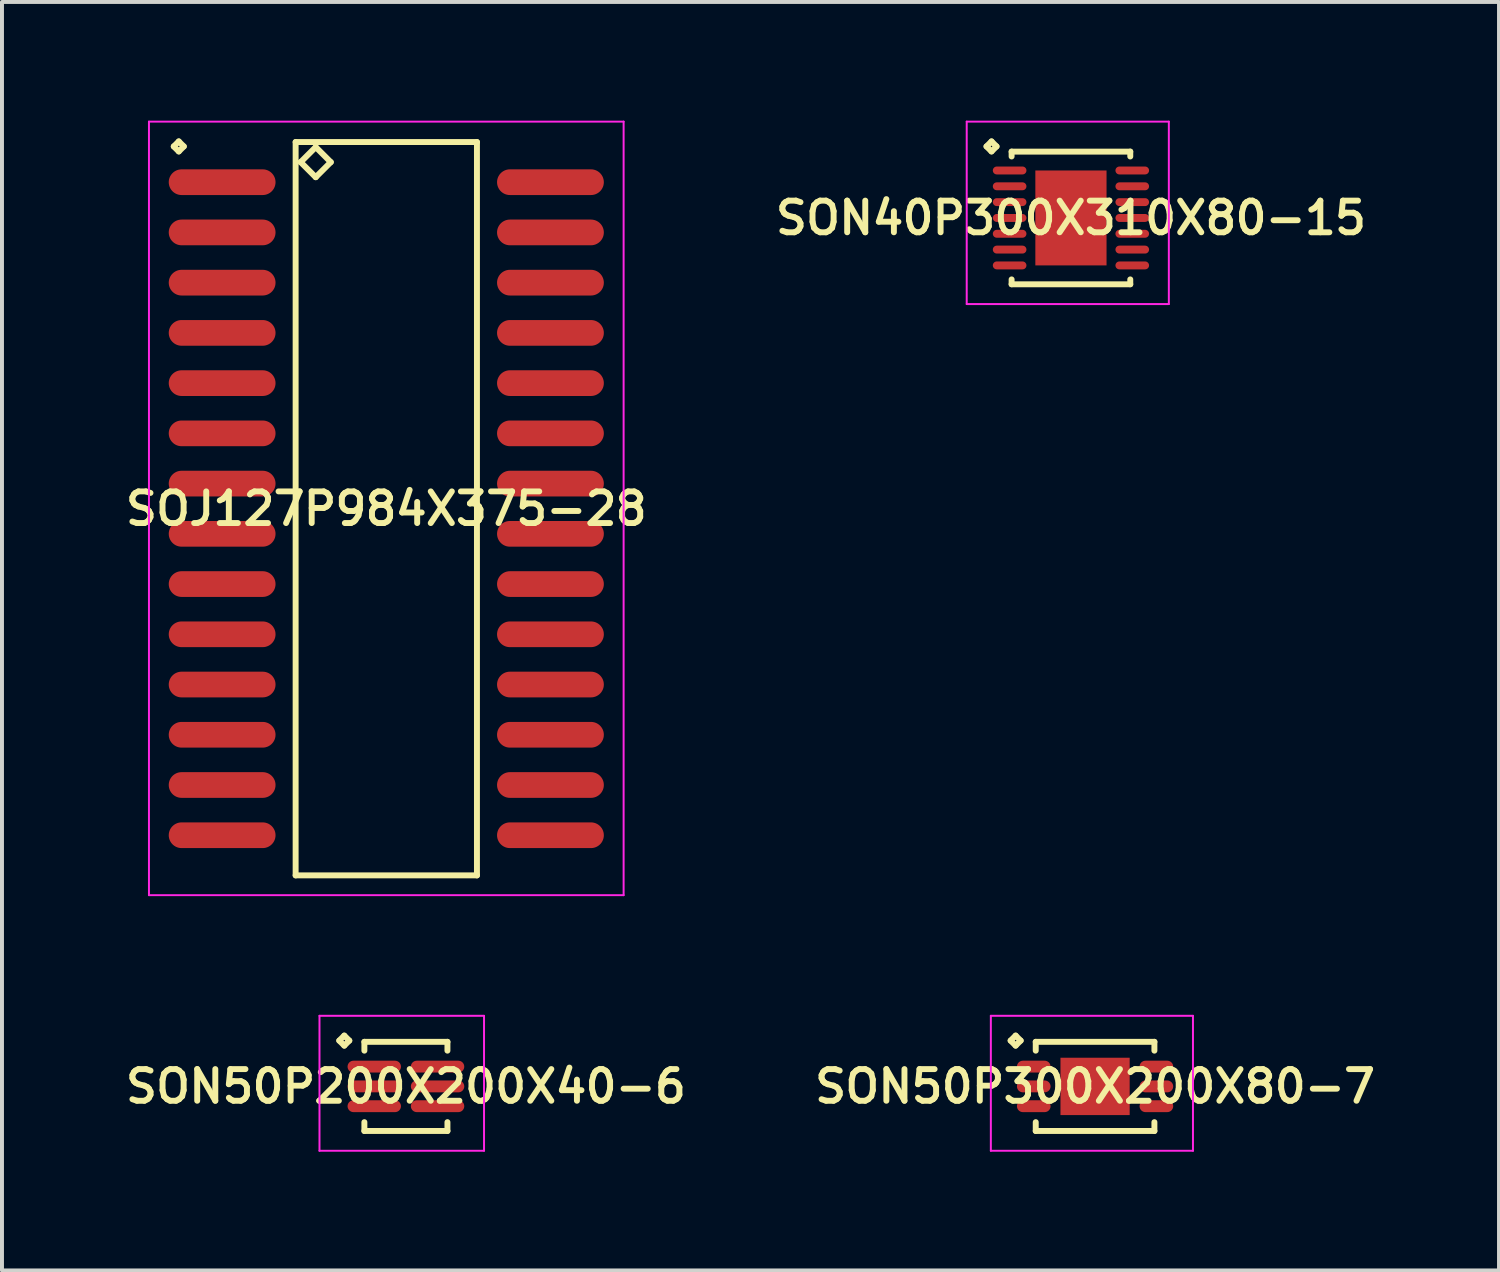
<source format=kicad_pcb>
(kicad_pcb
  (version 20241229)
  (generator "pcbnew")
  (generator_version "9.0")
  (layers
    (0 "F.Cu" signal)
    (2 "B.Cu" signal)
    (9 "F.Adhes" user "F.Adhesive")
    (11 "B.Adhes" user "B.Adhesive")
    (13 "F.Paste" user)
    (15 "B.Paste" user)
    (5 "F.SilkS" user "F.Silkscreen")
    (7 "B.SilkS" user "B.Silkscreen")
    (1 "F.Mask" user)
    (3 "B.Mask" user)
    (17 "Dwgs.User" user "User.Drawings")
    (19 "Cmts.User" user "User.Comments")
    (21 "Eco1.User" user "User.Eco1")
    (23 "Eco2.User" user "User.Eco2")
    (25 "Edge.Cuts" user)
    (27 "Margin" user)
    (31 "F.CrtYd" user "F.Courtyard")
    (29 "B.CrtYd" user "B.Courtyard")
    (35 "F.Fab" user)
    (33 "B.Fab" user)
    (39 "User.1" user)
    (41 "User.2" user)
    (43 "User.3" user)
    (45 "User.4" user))
  (footprint "SOJ127P984X375-28"
    (layer "F.Cu")
    (at 6.716 9.811)
    (property "Reference" "SOJ127P984X375-28" (at 0 0 0) (layer "F.SilkS") (effects (font (size 0.8 0.8) (thickness 0.15))))
    (attr smd)
    (fp_line (start -5.373 -9.159) (end -5.246 -9.286) (stroke (width 0.15) (type solid)) (layer "F.SilkS"))
    (fp_line (start -5.246 -9.286) (end -5.119 -9.159) (stroke (width 0.15) (type solid)) (layer "F.SilkS"))
    (fp_line (start -5.246 -9.032) (end -5.373 -9.159) (stroke (width 0.15) (type solid)) (layer "F.SilkS"))
    (fp_line (start -5.119 -9.159) (end -5.246 -9.032) (stroke (width 0.15) (type solid)) (layer "F.SilkS"))
    (fp_line (start -2.292 -9.27) (end -2.292 9.27) (stroke (width 0.15) (type solid)) (layer "F.SilkS"))
    (fp_line (start -2.292 9.27) (end 2.292 9.27) (stroke (width 0.15) (type solid)) (layer "F.SilkS"))
    (fp_line (start -2.165 -8.762) (end -1.784 -9.143) (stroke (width 0.15) (type solid)) (layer "F.SilkS"))
    (fp_line (start -1.784 -9.143) (end -1.403 -8.762) (stroke (width 0.15) (type solid)) (layer "F.SilkS"))
    (fp_line (start -1.784 -8.381) (end -2.165 -8.762) (stroke (width 0.15) (type solid)) (layer "F.SilkS"))
    (fp_line (start -1.403 -8.762) (end -1.784 -8.381) (stroke (width 0.15) (type solid)) (layer "F.SilkS"))
    (fp_line (start 2.292 -9.27) (end -2.292 -9.27) (stroke (width 0.15) (type solid)) (layer "F.SilkS"))
    (fp_line (start 2.292 9.27) (end 2.292 -9.27) (stroke (width 0.15) (type solid)) (layer "F.SilkS"))
    (fp_line (start -6 -9.786) (end 6 -9.786) (stroke (width 0.05) (type solid)) (layer "F.CrtYd"))
    (fp_line (start -6 9.77) (end -6 -9.786) (stroke (width 0.05) (type solid)) (layer "F.CrtYd"))
    (fp_line (start 6 -9.786) (end 6 9.77) (stroke (width 0.05) (type solid)) (layer "F.CrtYd"))
    (fp_line (start 6 9.77) (end -6 9.77) (stroke (width 0.05) (type solid)) (layer "F.CrtYd"))
    (pad "1" smd oval (at -4.15 -8.255) (size 2.7 0.65) (layers "F.Cu" "F.Mask" "F.Paste"))
    (pad "2" smd oval (at -4.15 -6.985) (size 2.7 0.65) (layers "F.Cu" "F.Mask" "F.Paste"))
    (pad "3" smd oval (at -4.15 -5.715) (size 2.7 0.65) (layers "F.Cu" "F.Mask" "F.Paste"))
    (pad "4" smd oval (at -4.15 -4.445) (size 2.7 0.65) (layers "F.Cu" "F.Mask" "F.Paste"))
    (pad "5" smd oval (at -4.15 -3.175) (size 2.7 0.65) (layers "F.Cu" "F.Mask" "F.Paste"))
    (pad "6" smd oval (at -4.15 -1.905) (size 2.7 0.65) (layers "F.Cu" "F.Mask" "F.Paste"))
    (pad "7" smd oval (at -4.15 -0.635) (size 2.7 0.65) (layers "F.Cu" "F.Mask" "F.Paste"))
    (pad "8" smd oval (at -4.15 0.635) (size 2.7 0.65) (layers "F.Cu" "F.Mask" "F.Paste"))
    (pad "9" smd oval (at -4.15 1.905) (size 2.7 0.65) (layers "F.Cu" "F.Mask" "F.Paste"))
    (pad "10" smd oval (at -4.15 3.175) (size 2.7 0.65) (layers "F.Cu" "F.Mask" "F.Paste"))
    (pad "11" smd oval (at -4.15 4.445) (size 2.7 0.65) (layers "F.Cu" "F.Mask" "F.Paste"))
    (pad "12" smd oval (at -4.15 5.715) (size 2.7 0.65) (layers "F.Cu" "F.Mask" "F.Paste"))
    (pad "13" smd oval (at -4.15 6.985) (size 2.7 0.65) (layers "F.Cu" "F.Mask" "F.Paste"))
    (pad "14" smd oval (at -4.15 8.255) (size 2.7 0.65) (layers "F.Cu" "F.Mask" "F.Paste"))
    (pad "15" smd oval (at 4.15 8.255) (size 2.7 0.65) (layers "F.Cu" "F.Mask" "F.Paste"))
    (pad "16" smd oval (at 4.15 6.985) (size 2.7 0.65) (layers "F.Cu" "F.Mask" "F.Paste"))
    (pad "17" smd oval (at 4.15 5.715) (size 2.7 0.65) (layers "F.Cu" "F.Mask" "F.Paste"))
    (pad "18" smd oval (at 4.15 4.445) (size 2.7 0.65) (layers "F.Cu" "F.Mask" "F.Paste"))
    (pad "19" smd oval (at 4.15 3.175) (size 2.7 0.65) (layers "F.Cu" "F.Mask" "F.Paste"))
    (pad "20" smd oval (at 4.15 1.905) (size 2.7 0.65) (layers "F.Cu" "F.Mask" "F.Paste"))
    (pad "21" smd oval (at 4.15 0.635) (size 2.7 0.65) (layers "F.Cu" "F.Mask" "F.Paste"))
    (pad "22" smd oval (at 4.15 -0.635) (size 2.7 0.65) (layers "F.Cu" "F.Mask" "F.Paste"))
    (pad "23" smd oval (at 4.15 -1.905) (size 2.7 0.65) (layers "F.Cu" "F.Mask" "F.Paste"))
    (pad "24" smd oval (at 4.15 -3.175) (size 2.7 0.65) (layers "F.Cu" "F.Mask" "F.Paste"))
    (pad "25" smd oval (at 4.15 -4.445) (size 2.7 0.65) (layers "F.Cu" "F.Mask" "F.Paste"))
    (pad "26" smd oval (at 4.15 -5.715) (size 2.7 0.65) (layers "F.Cu" "F.Mask" "F.Paste"))
    (pad "27" smd oval (at 4.15 -6.985) (size 2.7 0.65) (layers "F.Cu" "F.Mask" "F.Paste"))
    (pad "28" smd oval (at 4.15 -8.255) (size 2.7 0.65) (layers "F.Cu" "F.Mask" "F.Paste")))
  (footprint "SON50P200X200X40-6"
    (layer "F.Cu")
    (at 7.212 24.416)
    (property "Reference" "SON50P200X200X40-6" (at 0 0 0) (layer "F.SilkS") (effects (font (size 0.8 0.8) (thickness 0.15))))
    (attr smd)
    (fp_line (start -1.685 -1.158) (end -1.558 -1.285) (stroke (width 0.15) (type solid)) (layer "F.SilkS"))
    (fp_line (start -1.558 -1.285) (end -1.431 -1.158) (stroke (width 0.15) (type solid)) (layer "F.SilkS"))
    (fp_line (start -1.558 -1.031) (end -1.685 -1.158) (stroke (width 0.15) (type solid)) (layer "F.SilkS"))
    (fp_line (start -1.431 -1.158) (end -1.558 -1.031) (stroke (width 0.15) (type solid)) (layer "F.SilkS"))
    (fp_line (start -1.05 -1.127) (end 1.05 -1.127) (stroke (width 0.15) (type solid)) (layer "F.SilkS"))
    (fp_line (start -1.05 -0.904) (end -1.05 -1.127) (stroke (width 0.15) (type solid)) (layer "F.SilkS"))
    (fp_line (start -1.05 0.904) (end -1.05 1.127) (stroke (width 0.15) (type solid)) (layer "F.SilkS"))
    (fp_line (start -1.05 1.127) (end 1.05 1.127) (stroke (width 0.15) (type solid)) (layer "F.SilkS"))
    (fp_line (start 1.05 -1.127) (end 1.05 -0.904) (stroke (width 0.15) (type solid)) (layer "F.SilkS"))
    (fp_line (start 1.05 1.127) (end 1.05 0.904) (stroke (width 0.15) (type solid)) (layer "F.SilkS"))
    (fp_line (start -2.185 -1.785) (end 1.975 -1.785) (stroke (width 0.05) (type solid)) (layer "F.CrtYd"))
    (fp_line (start -2.185 1.627) (end -2.185 -1.785) (stroke (width 0.05) (type solid)) (layer "F.CrtYd"))
    (fp_line (start 1.975 -1.785) (end 1.975 1.627) (stroke (width 0.05) (type solid)) (layer "F.CrtYd"))
    (fp_line (start 1.975 1.627) (end -2.185 1.627) (stroke (width 0.05) (type solid)) (layer "F.CrtYd"))
    (pad "1" smd oval (at -0.8 -0.5) (size 1.35 0.3) (layers "F.Cu" "F.Mask" "F.Paste"))
    (pad "2" smd oval (at -0.8 0) (size 1.35 0.3) (layers "F.Cu" "F.Mask" "F.Paste"))
    (pad "3" smd oval (at -0.8 0.5) (size 1.35 0.3) (layers "F.Cu" "F.Mask" "F.Paste"))
    (pad "4" smd oval (at 0.8 0.5) (size 1.35 0.3) (layers "F.Cu" "F.Mask" "F.Paste"))
    (pad "5" smd oval (at 0.8 0) (size 1.35 0.3) (layers "F.Cu" "F.Mask" "F.Paste"))
    (pad "6" smd oval (at 0.8 -0.5) (size 1.35 0.3) (layers "F.Cu" "F.Mask" "F.Paste")))
  (footprint "SON40P300X310X80-15"
    (layer "F.Cu")
    (at 24.025 2.46)
    (property "Reference" "SON40P300X310X80-15" (at 0 0 0) (layer "F.SilkS") (effects (font (size 0.8 0.8) (thickness 0.15))))
    (attr smd)
    (fp_line (start -2.135 -1.808) (end -2.008 -1.935) (stroke (width 0.15) (type solid)) (layer "F.SilkS"))
    (fp_line (start -2.008 -1.935) (end -1.881 -1.808) (stroke (width 0.15) (type solid)) (layer "F.SilkS"))
    (fp_line (start -2.008 -1.681) (end -2.135 -1.808) (stroke (width 0.15) (type solid)) (layer "F.SilkS"))
    (fp_line (start -1.881 -1.808) (end -2.008 -1.681) (stroke (width 0.15) (type solid)) (layer "F.SilkS"))
    (fp_line (start -1.5 -1.677) (end 1.5 -1.677) (stroke (width 0.15) (type solid)) (layer "F.SilkS"))
    (fp_line (start -1.5 -1.554) (end -1.5 -1.677) (stroke (width 0.15) (type solid)) (layer "F.SilkS"))
    (fp_line (start -1.5 1.554) (end -1.5 1.677) (stroke (width 0.15) (type solid)) (layer "F.SilkS"))
    (fp_line (start -1.5 1.677) (end 1.5 1.677) (stroke (width 0.15) (type solid)) (layer "F.SilkS"))
    (fp_line (start 1.5 -1.677) (end 1.5 -1.554) (stroke (width 0.15) (type solid)) (layer "F.SilkS"))
    (fp_line (start 1.5 1.677) (end 1.5 1.554) (stroke (width 0.15) (type solid)) (layer "F.SilkS"))
    (fp_line (start -2.635 -2.435) (end 2.475 -2.435) (stroke (width 0.05) (type solid)) (layer "F.CrtYd"))
    (fp_line (start -2.635 2.177) (end -2.635 -2.435) (stroke (width 0.05) (type solid)) (layer "F.CrtYd"))
    (fp_line (start 2.475 -2.435) (end 2.475 2.177) (stroke (width 0.05) (type solid)) (layer "F.CrtYd"))
    (fp_line (start 2.475 2.177) (end -2.635 2.177) (stroke (width 0.05) (type solid)) (layer "F.CrtYd"))
    (pad "1" smd oval (at -1.55 -1.2) (size 0.85 0.2) (layers "F.Cu" "F.Mask" "F.Paste"))
    (pad "2" smd oval (at -1.55 -0.8) (size 0.85 0.2) (layers "F.Cu" "F.Mask" "F.Paste"))
    (pad "3" smd oval (at -1.55 -0.4) (size 0.85 0.2) (layers "F.Cu" "F.Mask" "F.Paste"))
    (pad "4" smd oval (at -1.55 0) (size 0.85 0.2) (layers "F.Cu" "F.Mask" "F.Paste"))
    (pad "5" smd oval (at -1.55 0.4) (size 0.85 0.2) (layers "F.Cu" "F.Mask" "F.Paste"))
    (pad "6" smd oval (at -1.55 0.8) (size 0.85 0.2) (layers "F.Cu" "F.Mask" "F.Paste"))
    (pad "7" smd oval (at -1.55 1.2) (size 0.85 0.2) (layers "F.Cu" "F.Mask" "F.Paste"))
    (pad "8" smd oval (at 1.55 1.2) (size 0.85 0.2) (layers "F.Cu" "F.Mask" "F.Paste"))
    (pad "9" smd oval (at 1.55 0.8) (size 0.85 0.2) (layers "F.Cu" "F.Mask" "F.Paste"))
    (pad "10" smd oval (at 1.55 0.4) (size 0.85 0.2) (layers "F.Cu" "F.Mask" "F.Paste"))
    (pad "11" smd oval (at 1.55 0) (size 0.85 0.2) (layers "F.Cu" "F.Mask" "F.Paste"))
    (pad "12" smd oval (at 1.55 -0.4) (size 0.85 0.2) (layers "F.Cu" "F.Mask" "F.Paste"))
    (pad "13" smd oval (at 1.55 -0.8) (size 0.85 0.2) (layers "F.Cu" "F.Mask" "F.Paste"))
    (pad "14" smd oval (at 1.55 -1.2) (size 0.85 0.2) (layers "F.Cu" "F.Mask" "F.Paste"))
    (pad "15" smd rect (at 0 0) (size 1.8 2.4) (layers "F.Cu" "F.Mask" "F.Paste")))
  (footprint "SON50P300X200X80-7"
    (layer "F.Cu")
    (at 24.635 24.416)
    (property "Reference" "SON50P300X200X80-7" (at 0 0 0) (layer "F.SilkS") (effects (font (size 0.8 0.8) (thickness 0.15))))
    (attr smd)
    (fp_line (start -2.135 -1.158) (end -2.008 -1.285) (stroke (width 0.15) (type solid)) (layer "F.SilkS"))
    (fp_line (start -2.008 -1.285) (end -1.881 -1.158) (stroke (width 0.15) (type solid)) (layer "F.SilkS"))
    (fp_line (start -2.008 -1.031) (end -2.135 -1.158) (stroke (width 0.15) (type solid)) (layer "F.SilkS"))
    (fp_line (start -1.881 -1.158) (end -2.008 -1.031) (stroke (width 0.15) (type solid)) (layer "F.SilkS"))
    (fp_line (start -1.5 -1.127) (end 1.5 -1.127) (stroke (width 0.15) (type solid)) (layer "F.SilkS"))
    (fp_line (start -1.5 -0.904) (end -1.5 -1.127) (stroke (width 0.15) (type solid)) (layer "F.SilkS"))
    (fp_line (start -1.5 0.904) (end -1.5 1.127) (stroke (width 0.15) (type solid)) (layer "F.SilkS"))
    (fp_line (start -1.5 1.127) (end 1.5 1.127) (stroke (width 0.15) (type solid)) (layer "F.SilkS"))
    (fp_line (start 1.5 -1.127) (end 1.5 -0.904) (stroke (width 0.15) (type solid)) (layer "F.SilkS"))
    (fp_line (start 1.5 1.127) (end 1.5 0.904) (stroke (width 0.15) (type solid)) (layer "F.SilkS"))
    (fp_line (start -2.635 -1.785) (end 2.475 -1.785) (stroke (width 0.05) (type solid)) (layer "F.CrtYd"))
    (fp_line (start -2.635 1.627) (end -2.635 -1.785) (stroke (width 0.05) (type solid)) (layer "F.CrtYd"))
    (fp_line (start 2.475 -1.785) (end 2.475 1.627) (stroke (width 0.05) (type solid)) (layer "F.CrtYd"))
    (fp_line (start 2.475 1.627) (end -2.635 1.627) (stroke (width 0.05) (type solid)) (layer "F.CrtYd"))
    (pad "1" smd oval (at -1.55 -0.5) (size 0.85 0.3) (layers "F.Cu" "F.Mask" "F.Paste"))
    (pad "2" smd oval (at -1.55 0) (size 0.85 0.3) (layers "F.Cu" "F.Mask" "F.Paste"))
    (pad "3" smd oval (at -1.55 0.5) (size 0.85 0.3) (layers "F.Cu" "F.Mask" "F.Paste"))
    (pad "4" smd oval (at 1.55 0.5) (size 0.85 0.3) (layers "F.Cu" "F.Mask" "F.Paste"))
    (pad "5" smd oval (at 1.55 0) (size 0.85 0.3) (layers "F.Cu" "F.Mask" "F.Paste"))
    (pad "6" smd oval (at 1.55 -0.5) (size 0.85 0.3) (layers "F.Cu" "F.Mask" "F.Paste"))
    (pad "7" smd rect (at 0 0) (size 1.75 1.45) (layers "F.Cu" "F.Mask" "F.Paste")))
  (gr_rect
    (start -3 -3)
    (end 34.847 29.068)
    (stroke (width 0.1) (type default))
    (fill no)
    (layer "Edge.Cuts")))
</source>
